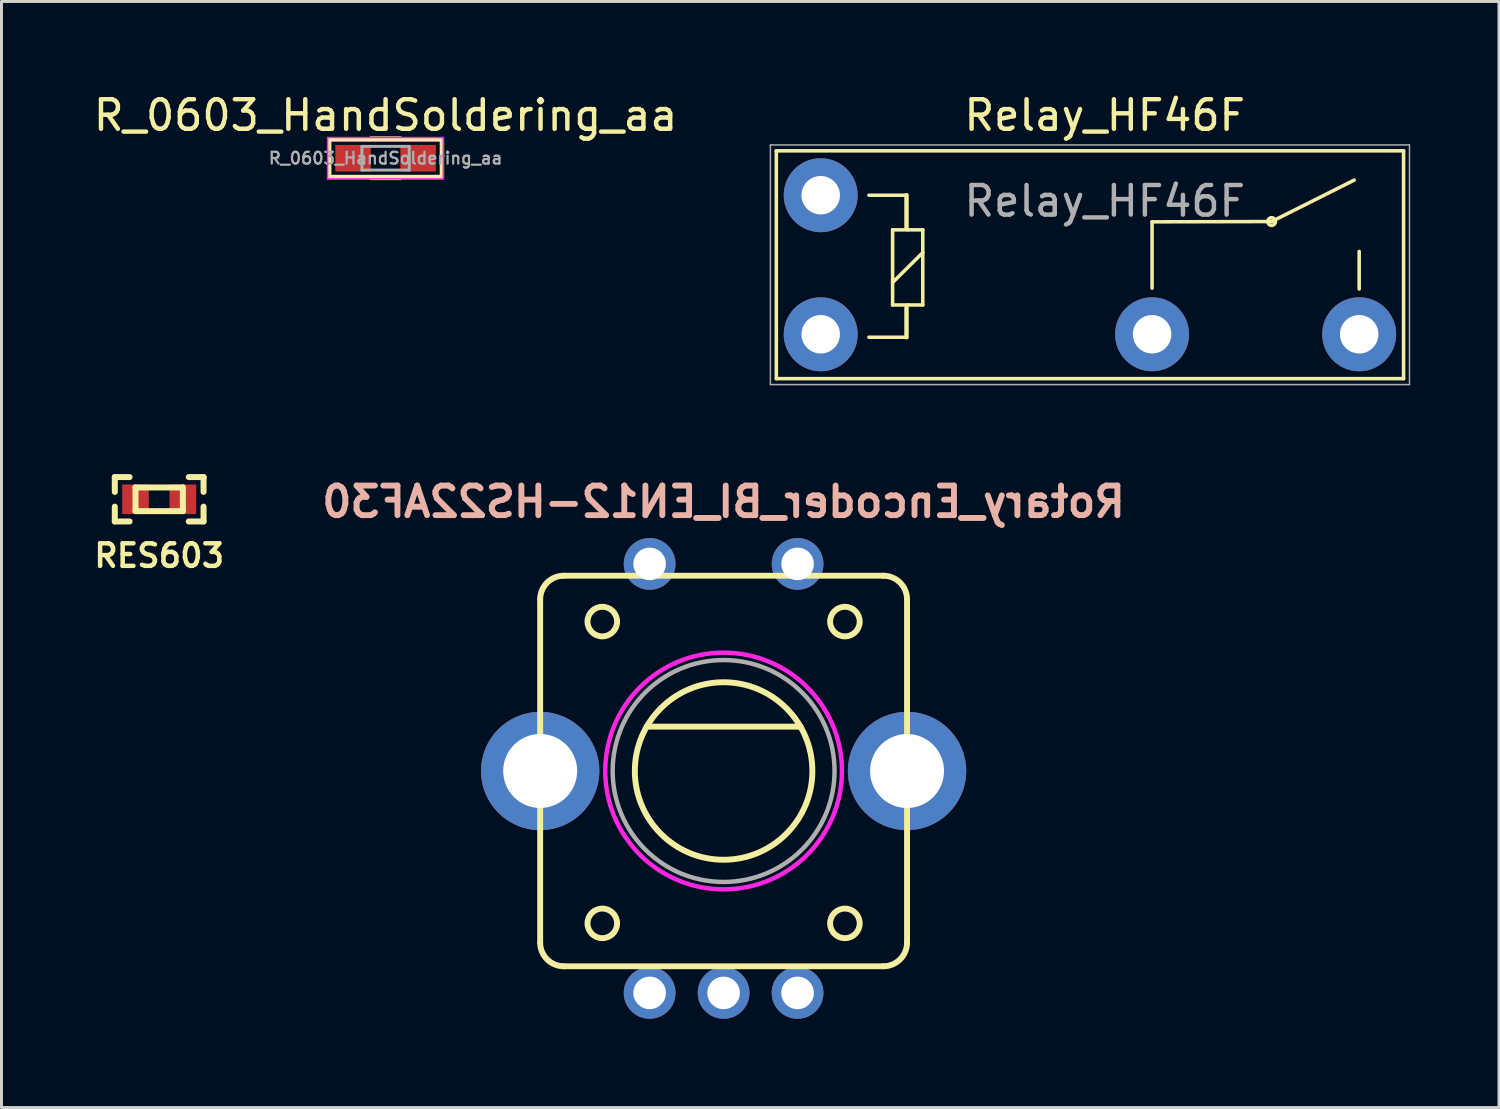
<source format=kicad_pcb>
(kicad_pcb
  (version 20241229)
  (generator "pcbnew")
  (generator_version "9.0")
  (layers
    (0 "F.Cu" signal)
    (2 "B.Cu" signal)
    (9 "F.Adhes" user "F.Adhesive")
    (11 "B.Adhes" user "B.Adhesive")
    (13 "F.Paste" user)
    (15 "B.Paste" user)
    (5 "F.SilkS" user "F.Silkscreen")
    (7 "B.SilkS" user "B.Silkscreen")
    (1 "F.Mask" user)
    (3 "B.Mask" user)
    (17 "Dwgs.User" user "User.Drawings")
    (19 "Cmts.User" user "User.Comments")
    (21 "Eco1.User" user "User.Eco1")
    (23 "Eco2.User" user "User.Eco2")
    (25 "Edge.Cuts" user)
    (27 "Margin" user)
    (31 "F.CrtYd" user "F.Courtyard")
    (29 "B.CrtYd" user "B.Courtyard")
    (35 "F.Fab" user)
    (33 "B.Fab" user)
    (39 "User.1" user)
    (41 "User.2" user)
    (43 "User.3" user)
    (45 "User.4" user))
  (footprint "R_0603_HandSoldering_aa"
    (layer "F.Cu")
    (at 9.982 2.298)
    (property "Reference" "R_0603_HandSoldering_aa" (at 0 -1.45 0) (layer "F.SilkS") (effects (font (size 1 1) (thickness 0.15))))
    (attr smd)
    (fp_line (start -1.905 -0.635) (end -1.905 0.635) (stroke (width 0.15) (type solid)) (layer "F.SilkS"))
    (fp_line (start -1.905 0.635) (end 1.905 0.635) (stroke (width 0.15) (type solid)) (layer "F.SilkS"))
    (fp_line (start -0.5 -0.68) (end 0.5 -0.68) (stroke (width 0.12) (type solid)) (layer "F.SilkS"))
    (fp_line (start 0.5 0.68) (end -0.5 0.68) (stroke (width 0.12) (type solid)) (layer "F.SilkS"))
    (fp_line (start 1.905 -0.635) (end -1.905 -0.635) (stroke (width 0.15) (type solid)) (layer "F.SilkS"))
    (fp_line (start 1.905 0.635) (end 1.905 -0.635) (stroke (width 0.15) (type solid)) (layer "F.SilkS"))
    (fp_line (start -1.96 -0.7) (end -1.96 0.7) (stroke (width 0.05) (type solid)) (layer "F.CrtYd"))
    (fp_line (start -1.96 -0.7) (end 1.95 -0.7) (stroke (width 0.05) (type solid)) (layer "F.CrtYd"))
    (fp_line (start 1.95 0.7) (end -1.96 0.7) (stroke (width 0.05) (type solid)) (layer "F.CrtYd"))
    (fp_line (start 1.95 0.7) (end 1.95 -0.7) (stroke (width 0.05) (type solid)) (layer "F.CrtYd"))
    (fp_line (start -0.8 -0.4) (end 0.8 -0.4) (stroke (width 0.1) (type solid)) (layer "F.Fab"))
    (fp_line (start -0.8 0.4) (end -0.8 -0.4) (stroke (width 0.1) (type solid)) (layer "F.Fab"))
    (fp_line (start 0.8 -0.4) (end 0.8 0.4) (stroke (width 0.1) (type solid)) (layer "F.Fab"))
    (fp_line (start 0.8 0.4) (end -0.8 0.4) (stroke (width 0.1) (type solid)) (layer "F.Fab"))
    (fp_text user "${REFERENCE}" (at 0 0 0) (layer "F.Fab") (effects (font (size 0.4 0.4) (thickness 0.075))))
    (pad "1" smd rect (at -1.1 0) (size 1.2 0.9) (layers "F.Cu" "F.Mask" "F.Paste"))
    (pad "2" smd rect (at 1.1 0) (size 1.2 0.9) (layers "F.Cu" "F.Mask" "F.Paste")))
  (footprint "Rotary_Encoder_BI_EN12-HS22AF30"
    (layer "F.Cu")
    (at 21.407 23.009)
    (property "Reference" "Rotary_Encoder_BI_EN12-HS22AF30" (at 0 -9.1 0) (layer "B.SilkS") (effects (font (size 1 1) (thickness 0.2)) (justify mirror)))
    (attr through_hole)
    (fp_line (start -6.2 5.8) (end -6.2 -5.8) (stroke (width 0.2) (type solid)) (layer "F.SilkS"))
    (fp_line (start -5.4 -6.6) (end 5.4 -6.6) (stroke (width 0.2) (type solid)) (layer "F.SilkS"))
    (fp_line (start -5.4 6.6) (end 5.4 6.6) (stroke (width 0.2) (type solid)) (layer "F.SilkS"))
    (fp_line (start -2.6 -1.5) (end 2.6 -1.5) (stroke (width 0.2) (type solid)) (layer "F.SilkS"))
    (fp_line (start 6.2 -5.8) (end 6.2 5.8) (stroke (width 0.2) (type solid)) (layer "F.SilkS"))
    (fp_arc (start -6.2 -5.8) (mid -5.965685 -6.365685) (end -5.4 -6.6) (stroke (width 0.2) (type solid)) (layer "F.SilkS"))
    (fp_arc (start -5.4 6.6) (mid -5.965685 6.365685) (end -6.2 5.8) (stroke (width 0.2) (type solid)) (layer "F.SilkS"))
    (fp_arc (start 5.4 -6.6) (mid 5.965685 -6.365685) (end 6.2 -5.8) (stroke (width 0.2) (type solid)) (layer "F.SilkS"))
    (fp_arc (start 6.2 5.8) (mid 5.965685 6.365685) (end 5.4 6.6) (stroke (width 0.2) (type solid)) (layer "F.SilkS"))
    (fp_circle (center -4.1 -5.05) (end -3.6 -5.05) (stroke (width 0.2) (type solid)) (fill no) (layer "F.SilkS"))
    (fp_circle (center -4.1 5.15) (end -3.6 5.15) (stroke (width 0.2) (type solid)) (fill no) (layer "F.SilkS"))
    (fp_circle (center 0 0) (end 3 0) (stroke (width 0.2) (type solid)) (fill no) (layer "F.SilkS"))
    (fp_circle (center 4.1 -5.05) (end 4.6 -5.05) (stroke (width 0.2) (type solid)) (fill no) (layer "F.SilkS"))
    (fp_circle (center 4.1 5.15) (end 4.6 5.15) (stroke (width 0.2) (type solid)) (fill no) (layer "F.SilkS"))
    (fp_circle (center 0 0) (end 4 0) (stroke (width 0.15) (type solid)) (fill no) (layer "F.CrtYd"))
    (fp_circle (center 0 0) (end 3.75 0) (stroke (width 0.15) (type solid)) (fill no) (layer "F.Fab"))
    (pad "A" thru_hole circle (at -2.5 7.5) (size 1.75 1.75) (drill 1.1) (layers "*.Cu" "*.Mask"))
    (pad "B" thru_hole circle (at 2.5 7.5) (size 1.75 1.75) (drill 1.1) (layers "*.Cu" "*.Mask"))
    (pad "C" thru_hole circle (at 0 7.5) (size 1.75 1.75) (drill 1.1) (layers "*.Cu" "*.Mask"))
    (pad "SW1" thru_hole circle (at -2.5 -7) (size 1.75 1.75) (drill 1.1) (layers "*.Cu" "*.Mask"))
    (pad "SW2" thru_hole circle (at 2.5 -7) (size 1.75 1.75) (drill 1.1) (layers "*.Cu" "*.Mask"))
    (pad "body" thru_hole oval (at -6.2 0) (size 4 4) (drill 2.5) (layers "*.Cu" "*.Mask"))
    (pad "body" thru_hole oval (at 6.2 0) (size 4 4) (drill 2.5) (layers "*.Cu" "*.Mask")))
  (footprint "RES603"
    (layer "F.Cu")
    (at 2.33 13.825)
    (property "Reference" "RES603" (at 0 1.905 0) (layer "F.SilkS") (effects (font (size 0.762 0.762) (thickness 0.152))))
    (attr through_hole)
    (fp_line (start -1.5 -0.75) (end -1 -0.75) (stroke (width 0.203) (type solid)) (layer "F.SilkS"))
    (fp_line (start -1.5 -0.25) (end -1.5 -0.75) (stroke (width 0.203) (type solid)) (layer "F.SilkS"))
    (fp_line (start -1.5 0.75) (end -1.5 0.25) (stroke (width 0.203) (type solid)) (layer "F.SilkS"))
    (fp_line (start -1 0.75) (end -1.5 0.75) (stroke (width 0.203) (type solid)) (layer "F.SilkS"))
    (fp_line (start -0.8 -0.4) (end -0.8 0.4) (stroke (width 0.203) (type solid)) (layer "F.SilkS"))
    (fp_line (start -0.8 0.4) (end 0.8 0.4) (stroke (width 0.203) (type solid)) (layer "F.SilkS"))
    (fp_line (start 0.8 -0.4) (end -0.8 -0.4) (stroke (width 0.203) (type solid)) (layer "F.SilkS"))
    (fp_line (start 0.8 0.4) (end 0.8 -0.4) (stroke (width 0.203) (type solid)) (layer "F.SilkS"))
    (fp_line (start 1.5 -0.75) (end 1 -0.75) (stroke (width 0.203) (type solid)) (layer "F.SilkS"))
    (fp_line (start 1.5 -0.75) (end 1.5 -0.25) (stroke (width 0.203) (type solid)) (layer "F.SilkS"))
    (fp_line (start 1.5 0.25) (end 1.5 0.75) (stroke (width 0.203) (type solid)) (layer "F.SilkS"))
    (fp_line (start 1.5 0.75) (end 1 0.75) (stroke (width 0.203) (type solid)) (layer "F.SilkS"))
    (pad "1" smd rect (at -0.8 0) (size 0.9 1) (layers "F.Cu" "F.Mask" "F.Paste"))
    (pad "2" smd rect (at 0.8 0) (size 0.9 1) (layers "F.Cu" "F.Mask" "F.Paste")))
  (footprint "Relay_HF46F"
    (layer "F.Cu")
    (at 24.689 8.248)
    (property "Reference" "Relay_HF46F" (at 9.6 -7.4 180) (layer "F.SilkS") (effects (font (size 1 1) (thickness 0.15))))
    (attr through_hole)
    (fp_line (start -1.5 -6.2) (end 19.7 -6.2) (stroke (width 0.12) (type solid)) (layer "F.SilkS"))
    (fp_line (start -1.5 1.5) (end -1.5 -6.2) (stroke (width 0.12) (type solid)) (layer "F.SilkS"))
    (fp_line (start -1.5 1.5) (end 19.7 1.5) (stroke (width 0.12) (type solid)) (layer "F.SilkS"))
    (fp_line (start 1.63 0.1) (end 2.9 0.1) (stroke (width 0.12) (type solid)) (layer "F.SilkS"))
    (fp_line (start 2.43 -3.53) (end 2.94 -3.53) (stroke (width 0.12) (type solid)) (layer "F.SilkS"))
    (fp_line (start 2.43 -1.75) (end 3.45 -2.76) (stroke (width 0.12) (type solid)) (layer "F.SilkS"))
    (fp_line (start 2.43 -0.99) (end 2.43 -3.53) (stroke (width 0.12) (type solid)) (layer "F.SilkS"))
    (fp_line (start 2.9 -4.7) (end 1.63 -4.7) (stroke (width 0.12) (type solid)) (layer "F.SilkS"))
    (fp_line (start 2.9 -4.7) (end 2.9 -3.6) (stroke (width 0.15) (type solid)) (layer "F.SilkS"))
    (fp_line (start 2.9 0.1) (end 2.9 -0.9) (stroke (width 0.15) (type solid)) (layer "F.SilkS"))
    (fp_line (start 2.94 -3.53) (end 3.45 -3.53) (stroke (width 0.12) (type solid)) (layer "F.SilkS"))
    (fp_line (start 2.94 -0.99) (end 2.43 -0.99) (stroke (width 0.12) (type solid)) (layer "F.SilkS"))
    (fp_line (start 3.45 -3.53) (end 3.45 -0.99) (stroke (width 0.12) (type solid)) (layer "F.SilkS"))
    (fp_line (start 3.45 -0.99) (end 2.94 -0.99) (stroke (width 0.12) (type solid)) (layer "F.SilkS"))
    (fp_line (start 11.2 -3.8) (end 15.24 -3.81) (stroke (width 0.12) (type solid)) (layer "F.SilkS"))
    (fp_line (start 11.2 -1.56) (end 11.2 -3.8) (stroke (width 0.12) (type solid)) (layer "F.SilkS"))
    (fp_line (start 15.24 -3.81) (end 18.03 -5.21) (stroke (width 0.12) (type solid)) (layer "F.SilkS"))
    (fp_line (start 18.2 -1.53) (end 18.2 -2.8) (stroke (width 0.12) (type solid)) (layer "F.SilkS"))
    (fp_line (start 19.7 1.5) (end 19.7 -6.2) (stroke (width 0.12) (type solid)) (layer "F.SilkS"))
    (fp_circle (center 15.24 -3.81) (end 15.24 -3.68) (stroke (width 0.12) (type solid)) (fill no) (layer "F.SilkS"))
    (fp_line (start -1.7 -6.4) (end -1.7 1.7) (stroke (width 0.05) (type solid)) (layer "F.Fab"))
    (fp_line (start -1.7 1.7) (end 19.9 1.7) (stroke (width 0.05) (type solid)) (layer "F.Fab"))
    (fp_line (start 19.9 -6.4) (end -1.7 -6.4) (stroke (width 0.05) (type solid)) (layer "F.Fab"))
    (fp_line (start 19.9 1.7) (end 19.9 -6.4) (stroke (width 0.05) (type solid)) (layer "F.Fab"))
    (fp_text user "${REFERENCE}" (at 9.6 -4.5 0) (layer "F.Fab") (effects (font (size 1 1) (thickness 0.15))))
    (pad "1" thru_hole circle (at 0 0 180) (size 2.5 2.5) (drill 1.3) (layers "*.Cu" "*.Mask"))
    (pad "2" thru_hole circle (at 11.2 0 180) (size 2.5 2.5) (drill 1.3) (layers "*.Cu" "*.Mask"))
    (pad "3" thru_hole circle (at 18.2 0 180) (size 2.5 2.5) (drill 1.3) (layers "*.Cu" "*.Mask"))
    (pad "5" thru_hole circle (at 0 -4.7 180) (size 2.5 2.5) (drill 1.3) (layers "*.Cu" "*.Mask")))
  (gr_rect
    (start -3 -3)
    (end 47.614 34.384)
    (stroke (width 0.1) (type default))
    (fill no)
    (layer "Edge.Cuts")))
</source>
